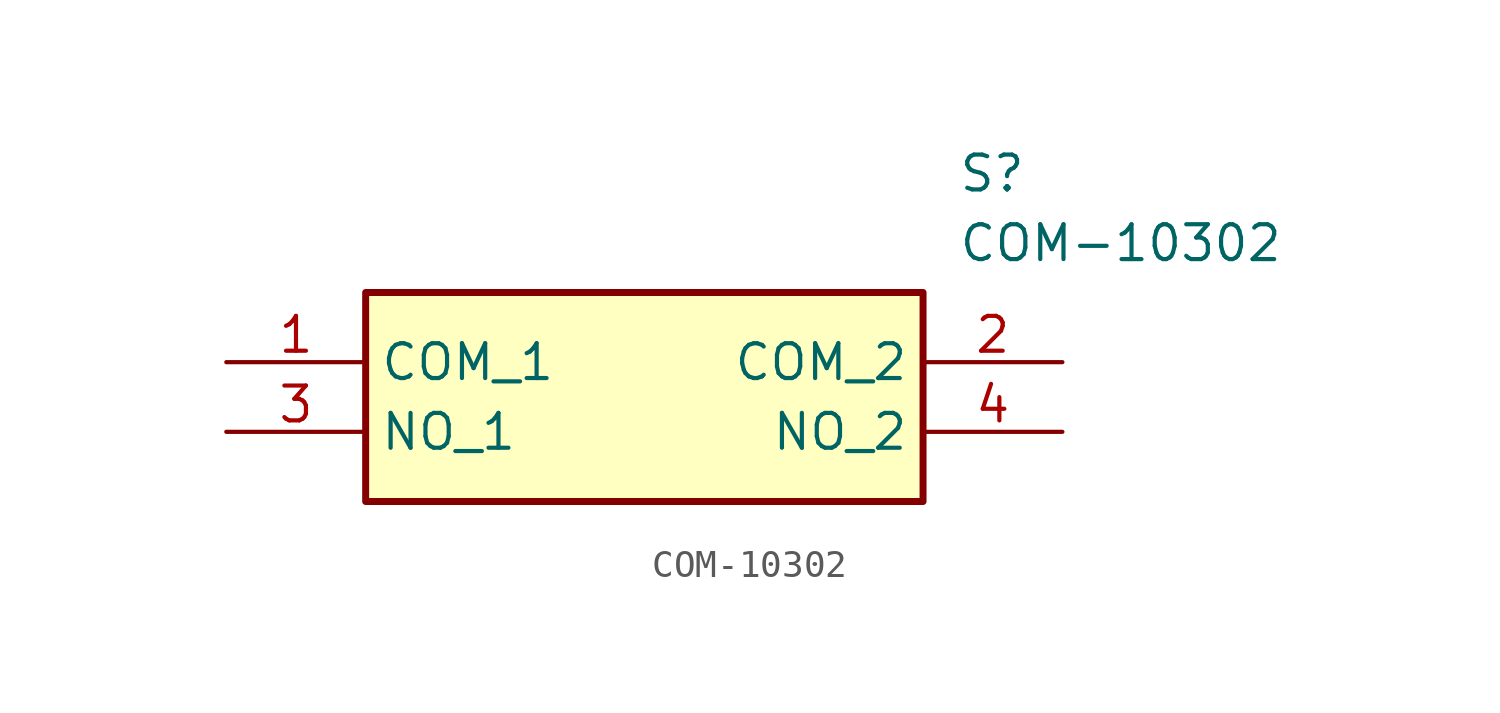
<source format=kicad_sym>
(kicad_symbol_lib
  (version 20211014)
  (generator SamacSys_ECAD_Model)
  (symbol "COM-10302"
    (property "Reference" "S"
      (at 26.67 7.62 0)
      (effects (font (size 1.27 1.27)) (justify left top)))
    (property "Value" "COM-10302"
      (at 26.67 5.08 0)
      (effects (font (size 1.27 1.27)) (justify left top)))
    (rectangle
      (start 5.08 2.54)
      (end 25.4 -5.08)
      (stroke (width 0.254) (type default))
      (fill (type background)))
    (pin passive line
      (at 0 0 0)
      (length 5.08)
      (name "COM_1" (effects (font (size 1.27 1.27))))
      (number "1" (effects (font (size 1.27 1.27)))))
    (pin passive line
      (at 30.48 0 180)
      (length 5.08)
      (name "COM_2" (effects (font (size 1.27 1.27))))
      (number "2" (effects (font (size 1.27 1.27)))))
    (pin passive line
      (at 0 -2.54 0)
      (length 5.08)
      (name "NO_1" (effects (font (size 1.27 1.27))))
      (number "3" (effects (font (size 1.27 1.27)))))
    (pin passive line
      (at 30.48 -2.54 180)
      (length 5.08)
      (name "NO_2" (effects (font (size 1.27 1.27))))
      (number "4" (effects (font (size 1.27 1.27)))))))
</source>
